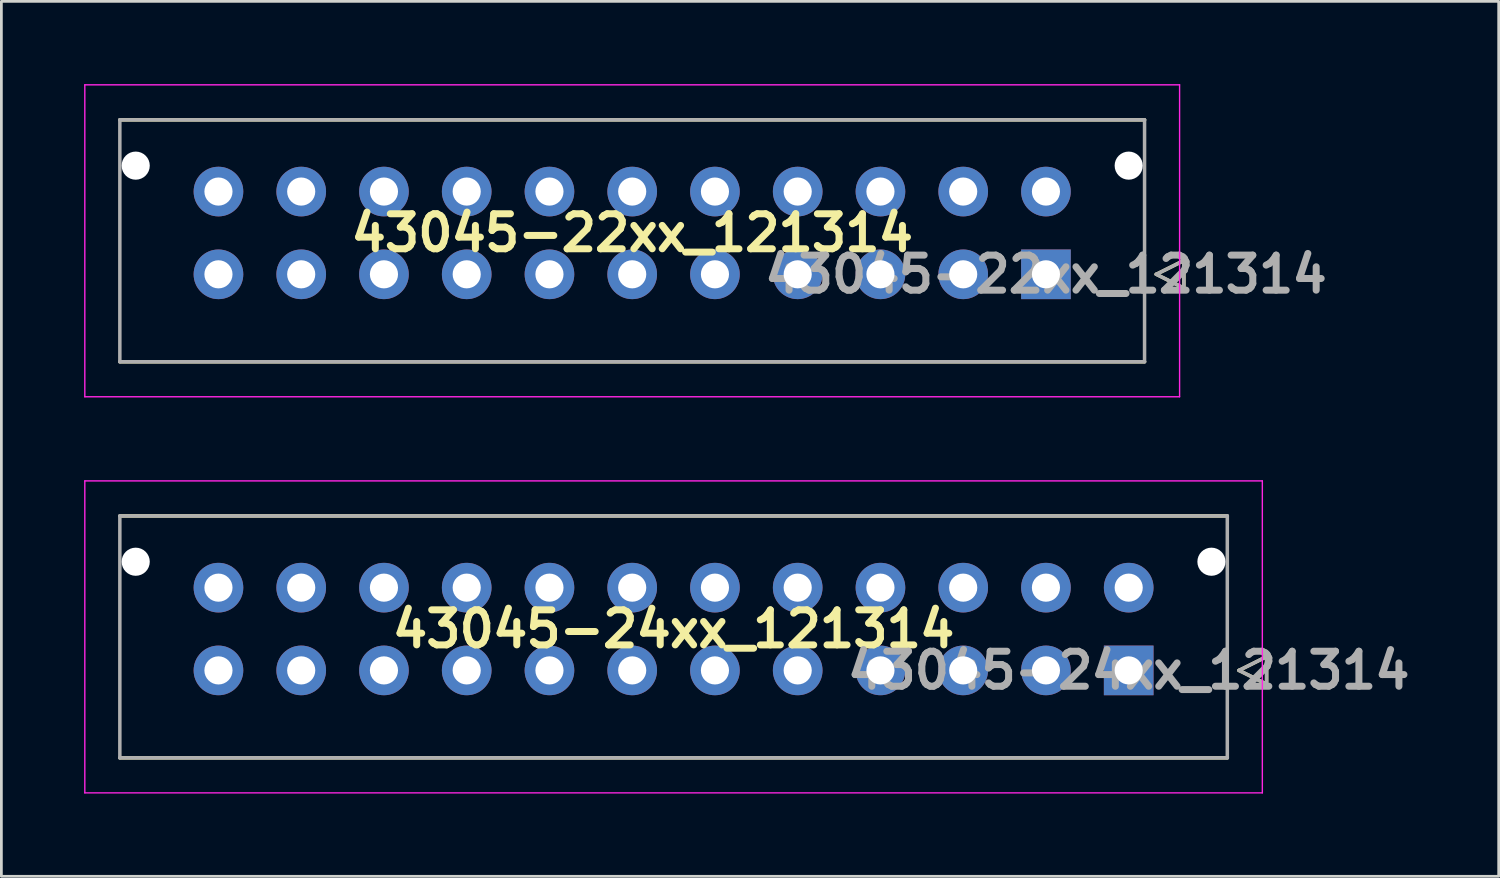
<source format=kicad_pcb>
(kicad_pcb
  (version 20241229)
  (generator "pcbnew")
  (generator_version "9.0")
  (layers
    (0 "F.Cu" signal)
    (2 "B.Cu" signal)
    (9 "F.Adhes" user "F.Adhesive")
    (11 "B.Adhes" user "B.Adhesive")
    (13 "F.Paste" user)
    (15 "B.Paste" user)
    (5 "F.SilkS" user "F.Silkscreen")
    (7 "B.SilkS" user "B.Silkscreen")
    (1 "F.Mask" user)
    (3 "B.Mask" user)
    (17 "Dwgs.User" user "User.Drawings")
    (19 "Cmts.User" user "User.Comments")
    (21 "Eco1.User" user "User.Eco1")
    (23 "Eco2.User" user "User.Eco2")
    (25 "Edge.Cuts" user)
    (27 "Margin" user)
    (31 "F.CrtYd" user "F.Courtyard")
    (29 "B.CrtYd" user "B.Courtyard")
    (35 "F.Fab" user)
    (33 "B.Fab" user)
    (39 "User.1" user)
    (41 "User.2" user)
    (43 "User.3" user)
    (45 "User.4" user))
  (footprint "43045-22xx_121314"
    (layer "F.Cu")
    (at 19.87 5.395)
    (property "Reference" "43045-22xx_121314" (at 0 0 0) (layer "F.SilkS") (effects (font (size 1.27 1.27) (thickness 0.254))))
    (attr through_hole)
    (fp_line (start -18.575 -4.1) (end 18.575 -4.1) (stroke (width 0.127) (type solid)) (layer "F.SilkS"))
    (fp_line (start 18.575 4.67) (end -18.575 4.67) (stroke (width 0.127) (type solid)) (layer "F.SilkS"))
    (fp_line (start 19 1.5) (end 20 1) (stroke (width 0.127) (type solid)) (layer "F.SilkS"))
    (fp_line (start 20 1) (end 20 2) (stroke (width 0.127) (type solid)) (layer "F.SilkS"))
    (fp_line (start 20 2) (end 19 1.5) (stroke (width 0.127) (type solid)) (layer "F.SilkS"))
    (fp_line (start -19.845 -5.37) (end 19.845 -5.37) (stroke (width 0.05) (type solid)) (layer "F.CrtYd"))
    (fp_line (start -19.845 5.94) (end -19.845 -5.37) (stroke (width 0.05) (type solid)) (layer "F.CrtYd"))
    (fp_line (start 19.845 -5.37) (end 19.845 5.94) (stroke (width 0.05) (type solid)) (layer "F.CrtYd"))
    (fp_line (start 19.845 5.94) (end -19.845 5.94) (stroke (width 0.05) (type solid)) (layer "F.CrtYd"))
    (fp_line (start -18.575 -4.1) (end 18.575 -4.1) (stroke (width 0.127) (type solid)) (layer "F.Fab"))
    (fp_line (start -18.575 4.67) (end -18.575 -4.1) (stroke (width 0.127) (type solid)) (layer "F.Fab"))
    (fp_line (start 18.575 -4.1) (end 18.575 4.67) (stroke (width 0.127) (type solid)) (layer "F.Fab"))
    (fp_line (start 18.575 4.67) (end -18.575 4.67) (stroke (width 0.127) (type solid)) (layer "F.Fab"))
    (fp_line (start 19 1.5) (end 20 1) (stroke (width 0.127) (type solid)) (layer "F.Fab"))
    (fp_line (start 20 1) (end 20 2) (stroke (width 0.127) (type solid)) (layer "F.Fab"))
    (fp_line (start 20 2) (end 19 1.5) (stroke (width 0.127) (type solid)) (layer "F.Fab"))
    (fp_text user "${REFERENCE}" (at 15 1.5 0) (layer "F.Fab") (effects (font (size 1.27 1.27) (thickness 0.254))))
    (pad "" np_thru_hole circle (at -18 -2.44) (size 1.02 1.02) (drill 1.02) (layers "*.Cu" "*.Mask"))
    (pad "" np_thru_hole circle (at 18 -2.44) (size 1.02 1.02) (drill 1.02) (layers "*.Cu" "*.Mask"))
    (pad "1" thru_hole rect (at 15 1.5) (size 1.8 1.8) (drill 1.02) (layers "*.Cu" "*.Mask"))
    (pad "2" thru_hole circle (at 12 1.5) (size 1.8 1.8) (drill 1.02) (layers "*.Cu" "*.Mask"))
    (pad "3" thru_hole circle (at 9 1.5) (size 1.8 1.8) (drill 1.02) (layers "*.Cu" "*.Mask"))
    (pad "4" thru_hole circle (at 6 1.5) (size 1.8 1.8) (drill 1.02) (layers "*.Cu" "*.Mask"))
    (pad "5" thru_hole circle (at 3 1.5) (size 1.8 1.8) (drill 1.02) (layers "*.Cu" "*.Mask"))
    (pad "6" thru_hole circle (at 0 1.5) (size 1.8 1.8) (drill 1.02) (layers "*.Cu" "*.Mask"))
    (pad "7" thru_hole circle (at -3 1.5) (size 1.8 1.8) (drill 1.02) (layers "*.Cu" "*.Mask"))
    (pad "8" thru_hole circle (at -6 1.5) (size 1.8 1.8) (drill 1.02) (layers "*.Cu" "*.Mask"))
    (pad "9" thru_hole circle (at -9 1.5) (size 1.8 1.8) (drill 1.02) (layers "*.Cu" "*.Mask"))
    (pad "10" thru_hole circle (at -12 1.5) (size 1.8 1.8) (drill 1.02) (layers "*.Cu" "*.Mask"))
    (pad "11" thru_hole circle (at -15 1.5) (size 1.8 1.8) (drill 1.02) (layers "*.Cu" "*.Mask"))
    (pad "12" thru_hole circle (at 15 -1.5) (size 1.8 1.8) (drill 1.02) (layers "*.Cu" "*.Mask"))
    (pad "13" thru_hole circle (at 12 -1.5) (size 1.8 1.8) (drill 1.02) (layers "*.Cu" "*.Mask"))
    (pad "14" thru_hole circle (at 9 -1.5) (size 1.8 1.8) (drill 1.02) (layers "*.Cu" "*.Mask"))
    (pad "15" thru_hole circle (at 6 -1.5) (size 1.8 1.8) (drill 1.02) (layers "*.Cu" "*.Mask"))
    (pad "16" thru_hole circle (at 3 -1.5) (size 1.8 1.8) (drill 1.02) (layers "*.Cu" "*.Mask"))
    (pad "17" thru_hole circle (at 0 -1.5) (size 1.8 1.8) (drill 1.02) (layers "*.Cu" "*.Mask"))
    (pad "18" thru_hole circle (at -3 -1.5) (size 1.8 1.8) (drill 1.02) (layers "*.Cu" "*.Mask"))
    (pad "19" thru_hole circle (at -6 -1.5) (size 1.8 1.8) (drill 1.02) (layers "*.Cu" "*.Mask"))
    (pad "20" thru_hole circle (at -9 -1.5) (size 1.8 1.8) (drill 1.02) (layers "*.Cu" "*.Mask"))
    (pad "21" thru_hole circle (at -12 -1.5) (size 1.8 1.8) (drill 1.02) (layers "*.Cu" "*.Mask"))
    (pad "22" thru_hole circle (at -15 -1.5) (size 1.8 1.8) (drill 1.02) (layers "*.Cu" "*.Mask")))
  (footprint "43045-24xx_121314"
    (layer "F.Cu")
    (at 21.37 19.755)
    (property "Reference" "43045-24xx_121314" (at 0 0 0) (layer "F.SilkS") (effects (font (size 1.27 1.27) (thickness 0.254))))
    (attr through_hole)
    (fp_line (start -20.075 -4.1) (end 20.075 -4.1) (stroke (width 0.127) (type solid)) (layer "F.SilkS"))
    (fp_line (start 20.075 4.67) (end -20.075 4.67) (stroke (width 0.127) (type solid)) (layer "F.SilkS"))
    (fp_line (start 20.5 1.5) (end 21.5 1) (stroke (width 0.127) (type solid)) (layer "F.SilkS"))
    (fp_line (start 21.5 1) (end 21.5 2) (stroke (width 0.127) (type solid)) (layer "F.SilkS"))
    (fp_line (start 21.5 2) (end 20.5 1.5) (stroke (width 0.127) (type solid)) (layer "F.SilkS"))
    (fp_line (start -21.345 -5.37) (end 21.345 -5.37) (stroke (width 0.05) (type solid)) (layer "F.CrtYd"))
    (fp_line (start -21.345 5.94) (end -21.345 -5.37) (stroke (width 0.05) (type solid)) (layer "F.CrtYd"))
    (fp_line (start 21.345 -5.37) (end 21.345 5.94) (stroke (width 0.05) (type solid)) (layer "F.CrtYd"))
    (fp_line (start 21.345 5.94) (end -21.345 5.94) (stroke (width 0.05) (type solid)) (layer "F.CrtYd"))
    (fp_line (start -20.075 -4.1) (end 20.075 -4.1) (stroke (width 0.127) (type solid)) (layer "F.Fab"))
    (fp_line (start -20.075 4.67) (end -20.075 -4.1) (stroke (width 0.127) (type solid)) (layer "F.Fab"))
    (fp_line (start 20.075 -4.1) (end 20.075 4.67) (stroke (width 0.127) (type solid)) (layer "F.Fab"))
    (fp_line (start 20.075 4.67) (end -20.075 4.67) (stroke (width 0.127) (type solid)) (layer "F.Fab"))
    (fp_line (start 20.5 1.5) (end 21.5 1) (stroke (width 0.127) (type solid)) (layer "F.Fab"))
    (fp_line (start 21.5 1) (end 21.5 2) (stroke (width 0.127) (type solid)) (layer "F.Fab"))
    (fp_line (start 21.5 2) (end 20.5 1.5) (stroke (width 0.127) (type solid)) (layer "F.Fab"))
    (fp_text user "${REFERENCE}" (at 16.5 1.5 0) (layer "F.Fab") (effects (font (size 1.27 1.27) (thickness 0.254))))
    (pad "" np_thru_hole circle (at -19.5 -2.44) (size 1.02 1.02) (drill 1.02) (layers "*.Cu" "*.Mask"))
    (pad "" np_thru_hole circle (at 19.5 -2.44) (size 1.02 1.02) (drill 1.02) (layers "*.Cu" "*.Mask"))
    (pad "1" thru_hole rect (at 16.5 1.5) (size 1.8 1.8) (drill 1.02) (layers "*.Cu" "*.Mask"))
    (pad "2" thru_hole circle (at 13.5 1.5) (size 1.8 1.8) (drill 1.02) (layers "*.Cu" "*.Mask"))
    (pad "3" thru_hole circle (at 10.5 1.5) (size 1.8 1.8) (drill 1.02) (layers "*.Cu" "*.Mask"))
    (pad "4" thru_hole circle (at 7.5 1.5) (size 1.8 1.8) (drill 1.02) (layers "*.Cu" "*.Mask"))
    (pad "5" thru_hole circle (at 4.5 1.5) (size 1.8 1.8) (drill 1.02) (layers "*.Cu" "*.Mask"))
    (pad "6" thru_hole circle (at 1.5 1.5) (size 1.8 1.8) (drill 1.02) (layers "*.Cu" "*.Mask"))
    (pad "7" thru_hole circle (at -1.5 1.5) (size 1.8 1.8) (drill 1.02) (layers "*.Cu" "*.Mask"))
    (pad "8" thru_hole circle (at -4.5 1.5) (size 1.8 1.8) (drill 1.02) (layers "*.Cu" "*.Mask"))
    (pad "9" thru_hole circle (at -7.5 1.5) (size 1.8 1.8) (drill 1.02) (layers "*.Cu" "*.Mask"))
    (pad "10" thru_hole circle (at -10.5 1.5) (size 1.8 1.8) (drill 1.02) (layers "*.Cu" "*.Mask"))
    (pad "11" thru_hole circle (at -13.5 1.5) (size 1.8 1.8) (drill 1.02) (layers "*.Cu" "*.Mask"))
    (pad "12" thru_hole circle (at -16.5 1.5) (size 1.8 1.8) (drill 1.02) (layers "*.Cu" "*.Mask"))
    (pad "13" thru_hole circle (at 16.5 -1.5) (size 1.8 1.8) (drill 1.02) (layers "*.Cu" "*.Mask"))
    (pad "14" thru_hole circle (at 13.5 -1.5) (size 1.8 1.8) (drill 1.02) (layers "*.Cu" "*.Mask"))
    (pad "15" thru_hole circle (at 10.5 -1.5) (size 1.8 1.8) (drill 1.02) (layers "*.Cu" "*.Mask"))
    (pad "16" thru_hole circle (at 7.5 -1.5) (size 1.8 1.8) (drill 1.02) (layers "*.Cu" "*.Mask"))
    (pad "17" thru_hole circle (at 4.5 -1.5) (size 1.8 1.8) (drill 1.02) (layers "*.Cu" "*.Mask"))
    (pad "18" thru_hole circle (at 1.5 -1.5) (size 1.8 1.8) (drill 1.02) (layers "*.Cu" "*.Mask"))
    (pad "19" thru_hole circle (at -1.5 -1.5) (size 1.8 1.8) (drill 1.02) (layers "*.Cu" "*.Mask"))
    (pad "20" thru_hole circle (at -4.5 -1.5) (size 1.8 1.8) (drill 1.02) (layers "*.Cu" "*.Mask"))
    (pad "21" thru_hole circle (at -7.5 -1.5) (size 1.8 1.8) (drill 1.02) (layers "*.Cu" "*.Mask"))
    (pad "22" thru_hole circle (at -10.5 -1.5) (size 1.8 1.8) (drill 1.02) (layers "*.Cu" "*.Mask"))
    (pad "23" thru_hole circle (at -13.5 -1.5) (size 1.8 1.8) (drill 1.02) (layers "*.Cu" "*.Mask"))
    (pad "24" thru_hole circle (at -16.5 -1.5) (size 1.8 1.8) (drill 1.02) (layers "*.Cu" "*.Mask")))
  (gr_rect
    (start -3 -3)
    (end 51.284 28.72)
    (stroke (width 0.1) (type default))
    (fill no)
    (layer "Edge.Cuts")))
</source>
